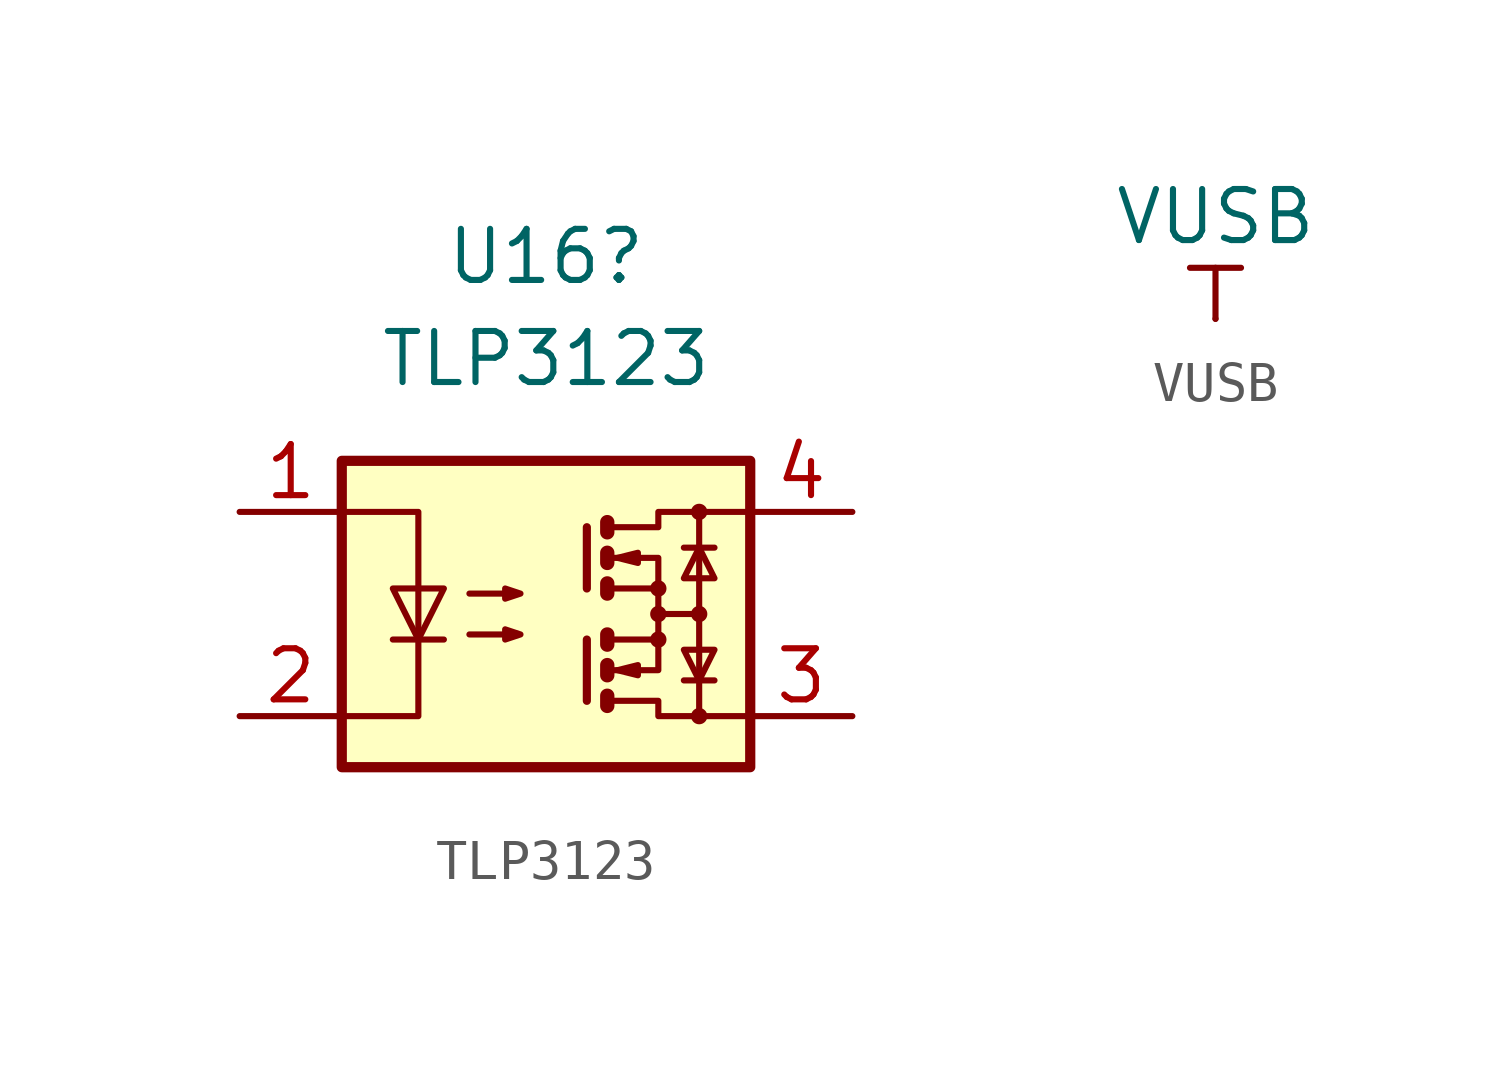
<source format=kicad_sym>
(kicad_symbol_lib
  (version 20241209)
  (generator "kicad_symbol_editor")
  (generator_version "9.0")
  (symbol "TLP3123"
    (property "Reference" "U16"
      (at 0 8.89 0)
      (effects (font (size 1.27 1.27))))
    (property "Value" "TLP3123"
      (at 0 6.35 0)
      (effects (font (size 1.27 1.27))))
    (symbol "TLP3123_0_1"
      (rectangle (start -5.08 3.81) (end 5.08 -3.81) (stroke (width 0.254) (type default)) (fill (type background)))
      (polyline (pts (xy -5.08 2.54) (xy -3.175 2.54) (xy -3.175 -2.54) (xy -5.08 -2.54)) (stroke (width 0) (type default)) (fill (type none)))
      (polyline (pts (xy -3.81 -0.635) (xy -2.54 -0.635)) (stroke (width 0) (type default)) (fill (type none)))
      (polyline (pts (xy -3.175 -0.635) (xy -3.81 0.635) (xy -2.54 0.635) (xy -3.175 -0.635)) (stroke (width 0) (type default)) (fill (type none)))
      (polyline (pts (xy -1.905 0.508) (xy -0.635 0.508) (xy -1.016 0.381) (xy -1.016 0.635) (xy -0.635 0.508)) (stroke (width 0) (type default)) (fill (type none)))
      (polyline (pts (xy -1.905 -0.508) (xy -0.635 -0.508) (xy -1.016 -0.635) (xy -1.016 -0.381) (xy -0.635 -0.508)) (stroke (width 0) (type default)) (fill (type none)))
      (polyline (pts (xy 1.016 2.159) (xy 1.016 0.635)) (stroke (width 0.203) (type default)) (fill (type none)))
      (polyline (pts (xy 1.016 -0.635) (xy 1.016 -2.159)) (stroke (width 0.203) (type default)) (fill (type none)))
      (polyline (pts (xy 1.524 2.286) (xy 1.524 2.032) (xy 1.524 2.032)) (stroke (width 0.356) (type default)) (fill (type none)))
      (polyline (pts (xy 1.524 1.524) (xy 1.524 1.27) (xy 1.524 1.27)) (stroke (width 0.356) (type default)) (fill (type none)))
      (polyline (pts (xy 1.524 0.762) (xy 1.524 0.508) (xy 1.524 0.508)) (stroke (width 0.356) (type default)) (fill (type none)))
      (polyline (pts (xy 1.524 -0.508) (xy 1.524 -0.762)) (stroke (width 0.356) (type default)) (fill (type none)))
      (polyline (pts (xy 1.524 -1.27) (xy 1.524 -1.524) (xy 1.524 -1.524)) (stroke (width 0.356) (type default)) (fill (type none)))
      (polyline (pts (xy 1.524 -2.032) (xy 1.524 -2.286) (xy 1.524 -2.286)) (stroke (width 0.356) (type default)) (fill (type none)))
      (polyline (pts (xy 1.651 2.159) (xy 2.794 2.159) (xy 2.794 2.54) (xy 5.08 2.54)) (stroke (width 0) (type default)) (fill (type none)))
      (polyline (pts (xy 1.651 1.397) (xy 2.794 1.397) (xy 2.794 0.635)) (stroke (width 0) (type default)) (fill (type none)))
      (polyline (pts (xy 1.651 -0.635) (xy 2.794 -0.635) (xy 2.794 0.635) (xy 1.651 0.635)) (stroke (width 0) (type default)) (fill (type none)))
      (polyline (pts (xy 1.651 -1.397) (xy 2.794 -1.397) (xy 2.794 -0.635)) (stroke (width 0) (type default)) (fill (type none)))
      (polyline (pts (xy 1.651 -2.159) (xy 2.794 -2.159) (xy 2.794 -2.54) (xy 5.08 -2.54)) (stroke (width 0) (type default)) (fill (type none)))
      (polyline (pts (xy 1.778 1.397) (xy 2.286 1.524) (xy 2.286 1.27) (xy 1.778 1.397)) (stroke (width 0) (type default)) (fill (type none)))
      (polyline (pts (xy 1.778 -1.397) (xy 2.286 -1.27) (xy 2.286 -1.524) (xy 1.778 -1.397)) (stroke (width 0) (type default)) (fill (type none)))
      (circle (center 2.794 0.635) (radius 0.127) (stroke (width 0) (type default)) (fill (type none)))
      (polyline (pts (xy 2.794 0) (xy 3.81 0)) (stroke (width 0) (type default)) (fill (type none)))
      (circle (center 2.794 0) (radius 0.127) (stroke (width 0) (type default)) (fill (type none)))
      (circle (center 2.794 -0.635) (radius 0.127) (stroke (width 0) (type default)) (fill (type none)))
      (polyline (pts (xy 3.429 1.651) (xy 4.191 1.651)) (stroke (width 0) (type default)) (fill (type none)))
      (polyline (pts (xy 3.429 -1.651) (xy 4.191 -1.651)) (stroke (width 0) (type default)) (fill (type none)))
      (circle (center 3.81 2.54) (radius 0.127) (stroke (width 0) (type default)) (fill (type none)))
      (polyline (pts (xy 3.81 1.651) (xy 3.429 0.889) (xy 4.191 0.889) (xy 3.81 1.651)) (stroke (width 0) (type default)) (fill (type none)))
      (circle (center 3.81 0) (radius 0.127) (stroke (width 0) (type default)) (fill (type none)))
      (polyline (pts (xy 3.81 -1.651) (xy 3.429 -0.889) (xy 4.191 -0.889) (xy 3.81 -1.651)) (stroke (width 0) (type default)) (fill (type none)))
      (polyline (pts (xy 3.81 -2.54) (xy 3.81 2.54)) (stroke (width 0) (type default)) (fill (type none)))
      (circle (center 3.81 -2.54) (radius 0.127) (stroke (width 0) (type default)) (fill (type none))))
    (symbol "TLP3123_1_1"
      (pin passive line (at -7.62 2.54 0) (length 2.54) (name "~" (effects (font (size 1.27 1.27)))) (number "1" (effects (font (size 1.27 1.27)))))
      (pin passive line (at -7.62 -2.54 0) (length 2.54) (name "~" (effects (font (size 1.27 1.27)))) (number "2" (effects (font (size 1.27 1.27)))))
      (pin passive line (at 7.62 2.54 180) (length 2.54) (name "~" (effects (font (size 1.27 1.27)))) (number "4" (effects (font (size 1.27 1.27)))))
      (pin passive line (at 7.62 -2.54 180) (length 2.54) (name "~" (effects (font (size 1.27 1.27)))) (number "3" (effects (font (size 1.27 1.27)))))))
  (symbol "VUSB"
    (power)
    (pin_numbers
      (hide yes))
    (pin_names
      (offset 0)
      (hide yes))
    (property "Reference" "#PWR05"
      (at 0 -3.81 0)
      (effects (font (size 1.27 1.27)) (hide yes)))
    (property "Value" "VUSB"
      (at 0 2.54 0)
      (effects (font (size 1.27 1.27))))
    (symbol "VUSB_0_1"
      (polyline (pts (xy -0.635 1.27) (xy 0.635 1.27)) (stroke (width 0) (type default)) (fill (type none)))
      (polyline (pts (xy 0 0) (xy 0 1.27)) (stroke (width 0) (type default)) (fill (type none))))
    (symbol "VUSB_1_1"
      (pin power_in line (at 0 0 90) (length 0) (name "~" (effects (font (size 1.27 1.27)))) (number "1" (effects (font (size 1.27 1.27))))))))
</source>
